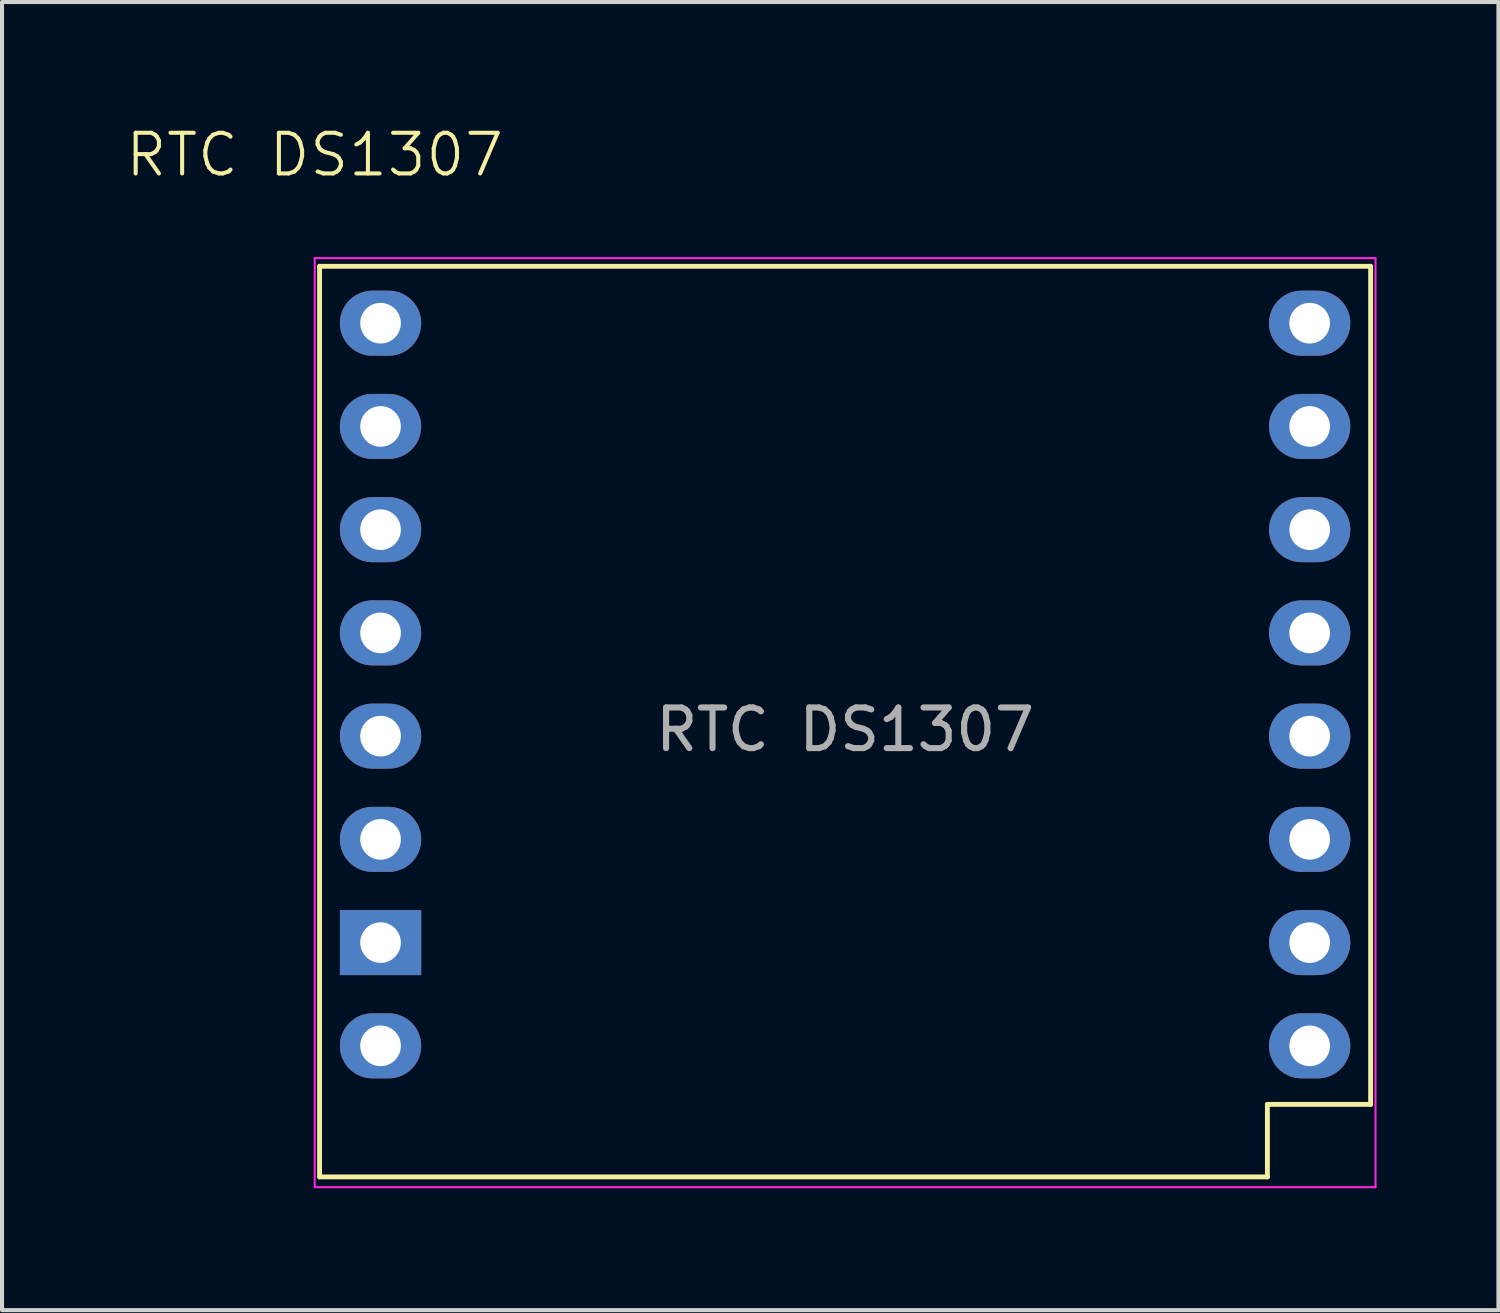
<source format=kicad_pcb>
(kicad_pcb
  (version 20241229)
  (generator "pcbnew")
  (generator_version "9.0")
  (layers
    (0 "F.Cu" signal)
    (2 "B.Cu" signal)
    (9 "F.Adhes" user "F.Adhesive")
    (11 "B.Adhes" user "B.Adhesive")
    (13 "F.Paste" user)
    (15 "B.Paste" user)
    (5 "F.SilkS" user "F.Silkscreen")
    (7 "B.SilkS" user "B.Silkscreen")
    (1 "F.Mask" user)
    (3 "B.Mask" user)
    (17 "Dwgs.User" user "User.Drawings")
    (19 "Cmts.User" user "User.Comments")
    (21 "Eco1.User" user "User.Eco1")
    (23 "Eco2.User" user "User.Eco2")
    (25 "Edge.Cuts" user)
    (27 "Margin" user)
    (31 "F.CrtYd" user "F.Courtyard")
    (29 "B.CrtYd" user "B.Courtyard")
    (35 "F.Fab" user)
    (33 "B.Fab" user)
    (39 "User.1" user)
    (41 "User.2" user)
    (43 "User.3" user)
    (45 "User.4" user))
  (footprint "RTC DS1307"
    (layer "F.Cu")
    (at 4.693 3.3)
    (property "Reference" "RTC DS1307" (at 0 -2.54 0) (unlocked yes) (layer "F.SilkS") (effects (font (size 1 1) (thickness 0.1))))
    (attr through_hole)
    (fp_line (start 0.12 0.202) (end 25.98 0.202) (stroke (width 0.12) (type solid)) (layer "F.SilkS"))
    (fp_line (start 0.12 22.606) (end 0.12 0.202) (stroke (width 0.12) (type solid)) (layer "F.SilkS"))
    (fp_line (start 23.44 20.822) (end 23.44 22.606) (stroke (width 0.12) (type solid)) (layer "F.SilkS"))
    (fp_line (start 23.44 22.606) (end 0.12 22.606) (stroke (width 0.12) (type solid)) (layer "F.SilkS"))
    (fp_line (start 25.98 20.822) (end 23.44 20.822) (stroke (width 0.12) (type solid)) (layer "F.SilkS"))
    (fp_line (start 25.98 20.822) (end 25.98 0.202) (stroke (width 0.12) (type solid)) (layer "F.SilkS"))
    (fp_line (start 0 0) (end 0 22.86) (stroke (width 0.05) (type solid)) (layer "F.CrtYd"))
    (fp_line (start 0 22.86) (end 26.1 22.86) (stroke (width 0.05) (type solid)) (layer "F.CrtYd"))
    (fp_line (start 26.1 0) (end 0 0) (stroke (width 0.05) (type solid)) (layer "F.CrtYd"))
    (fp_line (start 26.1 22.86) (end 26.1 0) (stroke (width 0.05) (type solid)) (layer "F.CrtYd"))
    (fp_text user "${REFERENCE}" (at 13.05 11.602 0) (layer "F.Fab") (effects (font (size 1 1) (thickness 0.15))))
    (pad "1" thru_hole oval (at 24.48 1.602) (size 2 1.6) (drill 1) (layers "*.Cu" "*.Mask"))
    (pad "2" thru_hole oval (at 24.48 4.142) (size 2 1.6) (drill 1) (layers "*.Cu" "*.Mask"))
    (pad "3" thru_hole oval (at 24.48 6.682) (size 2 1.6) (drill 1) (layers "*.Cu" "*.Mask"))
    (pad "4" thru_hole oval (at 24.48 9.222) (size 2 1.6) (drill 1) (layers "*.Cu" "*.Mask"))
    (pad "5" thru_hole oval (at 24.48 11.762) (size 2 1.6) (drill 1) (layers "*.Cu" "*.Mask"))
    (pad "6" thru_hole oval (at 24.48 14.302) (size 2 1.6) (drill 1) (layers "*.Cu" "*.Mask"))
    (pad "7" thru_hole oval (at 24.48 16.842) (size 2 1.6) (drill 1) (layers "*.Cu" "*.Mask"))
    (pad "8" thru_hole oval (at 24.48 19.382) (size 2 1.6) (drill 1) (layers "*.Cu" "*.Mask"))
    (pad "9" thru_hole oval (at 1.62 19.382) (size 2 1.6) (drill 1) (layers "*.Cu" "*.Mask"))
    (pad "10" thru_hole rect (at 1.62 16.842) (size 2 1.6) (drill 1) (layers "*.Cu" "*.Mask"))
    (pad "11" thru_hole oval (at 1.62 14.302) (size 2 1.6) (drill 1) (layers "*.Cu" "*.Mask"))
    (pad "12" thru_hole oval (at 1.62 11.762) (size 2 1.6) (drill 1) (layers "*.Cu" "*.Mask"))
    (pad "13" thru_hole oval (at 1.62 9.222) (size 2 1.6) (drill 1) (layers "*.Cu" "*.Mask"))
    (pad "14" thru_hole oval (at 1.62 6.682) (size 2 1.6) (drill 1) (layers "*.Cu" "*.Mask"))
    (pad "15" thru_hole oval (at 1.62 4.142) (size 2 1.6) (drill 1) (layers "*.Cu" "*.Mask"))
    (pad "16" thru_hole oval (at 1.62 1.602) (size 2 1.6) (drill 1) (layers "*.Cu" "*.Mask")))
  (gr_rect
    (start -3 -3)
    (end 33.818 29.186)
    (stroke (width 0.1) (type default))
    (fill no)
    (layer "Edge.Cuts")))
</source>
